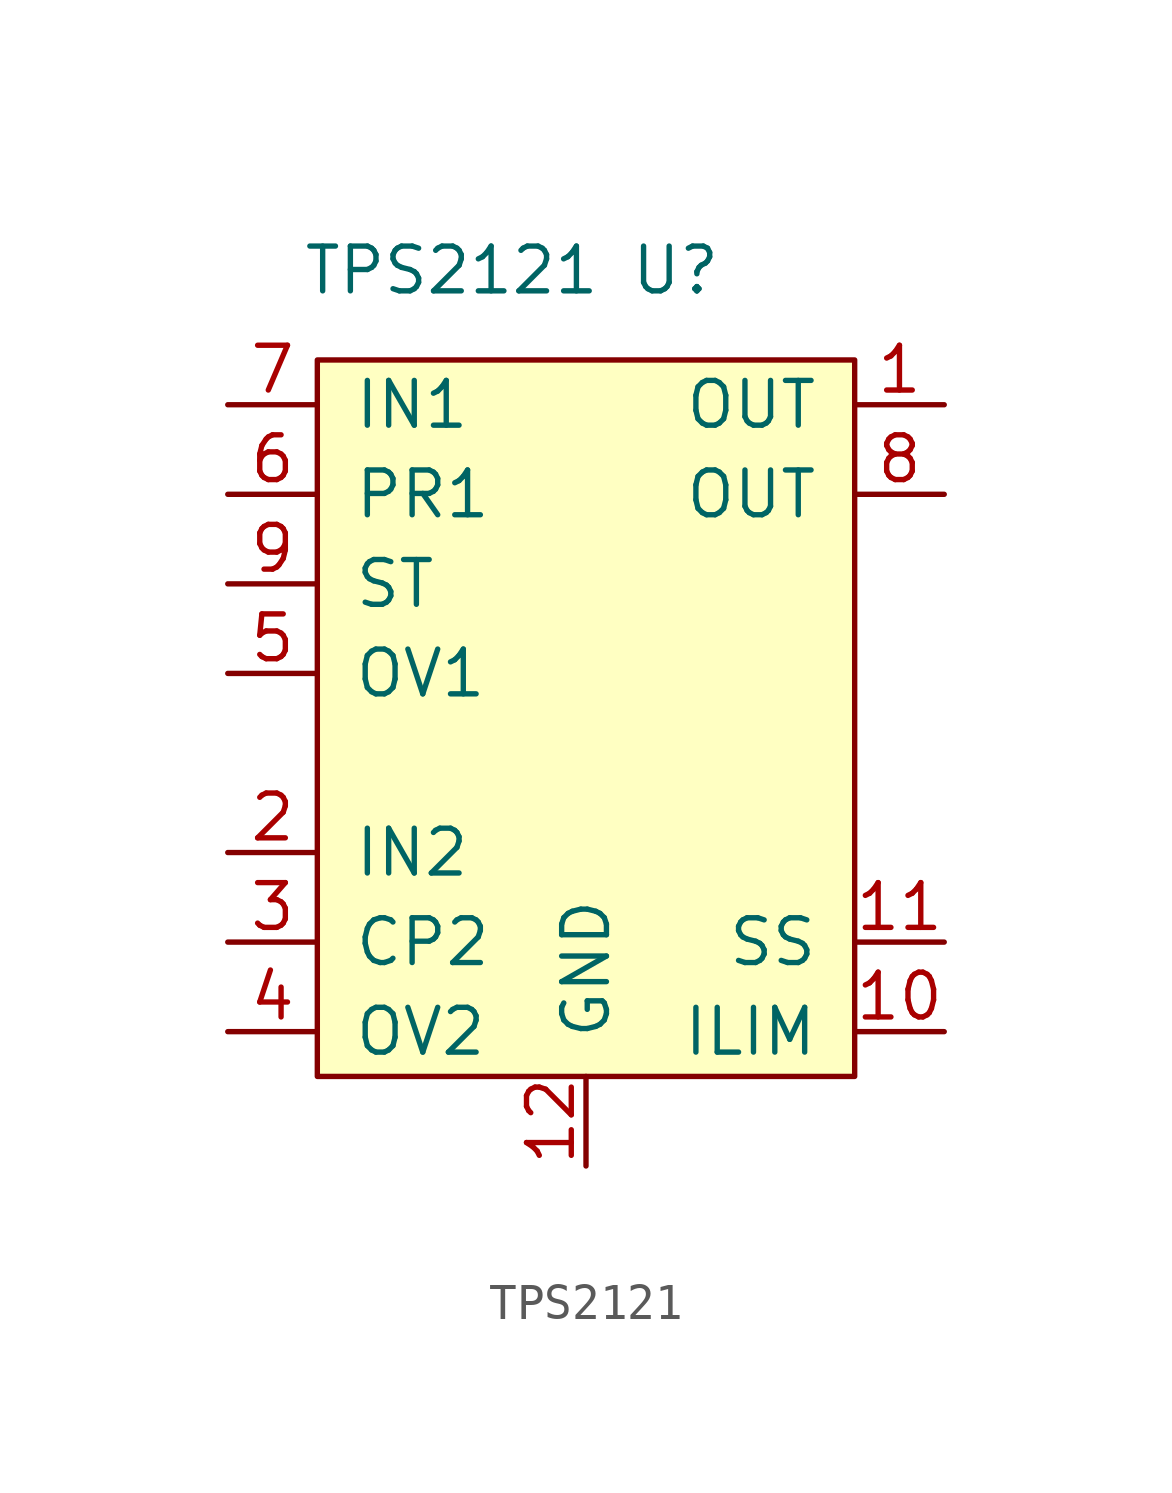
<source format=kicad_sym>
(kicad_symbol_lib
  (version 20211014)
  (generator kicad_symbol_editor)
  (symbol "TPS2121"
    (pin_names
      (offset 1.016))
    (property "Reference" "U"
      (at 2.54 11.43 0)
      (effects (font (size 1.27 1.27))))
    (property "Value" "TPS2121"
      (at -3.81 11.43 0)
      (effects (font (size 1.27 1.27))))
    (symbol "TPS2121_0_0"
      (pin power_out line (at 10.16 7.62 180) (length 2.54) (name "OUT" (effects (font (size 1.27 1.27)))) (number "1" (effects (font (size 1.27 1.27)))))
      (pin output line (at 10.16 -10.16 180) (length 2.54) (name "ILIM" (effects (font (size 1.27 1.27)))) (number "10" (effects (font (size 1.27 1.27)))))
      (pin output line (at 10.16 -7.62 180) (length 2.54) (name "SS" (effects (font (size 1.27 1.27)))) (number "11" (effects (font (size 1.27 1.27)))))
      (pin passive line (at 0 -13.97 90) (length 2.54) (name "GND" (effects (font (size 1.27 1.27)))) (number "12" (effects (font (size 1.27 1.27)))))
      (pin power_in line (at -10.16 -5.08 0) (length 2.54) (name "IN2" (effects (font (size 1.27 1.27)))) (number "2" (effects (font (size 1.27 1.27)))))
      (pin input line (at -10.16 -7.62 0) (length 2.54) (name "CP2" (effects (font (size 1.27 1.27)))) (number "3" (effects (font (size 1.27 1.27)))))
      (pin input line (at -10.16 -10.16 0) (length 2.54) (name "OV2" (effects (font (size 1.27 1.27)))) (number "4" (effects (font (size 1.27 1.27)))))
      (pin input line (at -10.16 0 0) (length 2.54) (name "OV1" (effects (font (size 1.27 1.27)))) (number "5" (effects (font (size 1.27 1.27)))))
      (pin input line (at -10.16 5.08 0) (length 2.54) (name "PR1" (effects (font (size 1.27 1.27)))) (number "6" (effects (font (size 1.27 1.27)))))
      (pin power_in line (at -10.16 7.62 0) (length 2.54) (name "IN1" (effects (font (size 1.27 1.27)))) (number "7" (effects (font (size 1.27 1.27)))))
      (pin passive line (at 10.16 5.08 180) (length 2.54) (name "OUT" (effects (font (size 1.27 1.27)))) (number "8" (effects (font (size 1.27 1.27)))))
      (pin passive line (at -10.16 2.54 0) (length 2.54) (name "ST" (effects (font (size 1.27 1.27)))) (number "9" (effects (font (size 1.27 1.27))))))
    (symbol "TPS2121_0_1"
      (rectangle (start -7.62 8.89) (end 7.62 -11.43) (stroke (width 0) (type default) (color 0 0 0 0)) (fill (type background))))))
</source>
